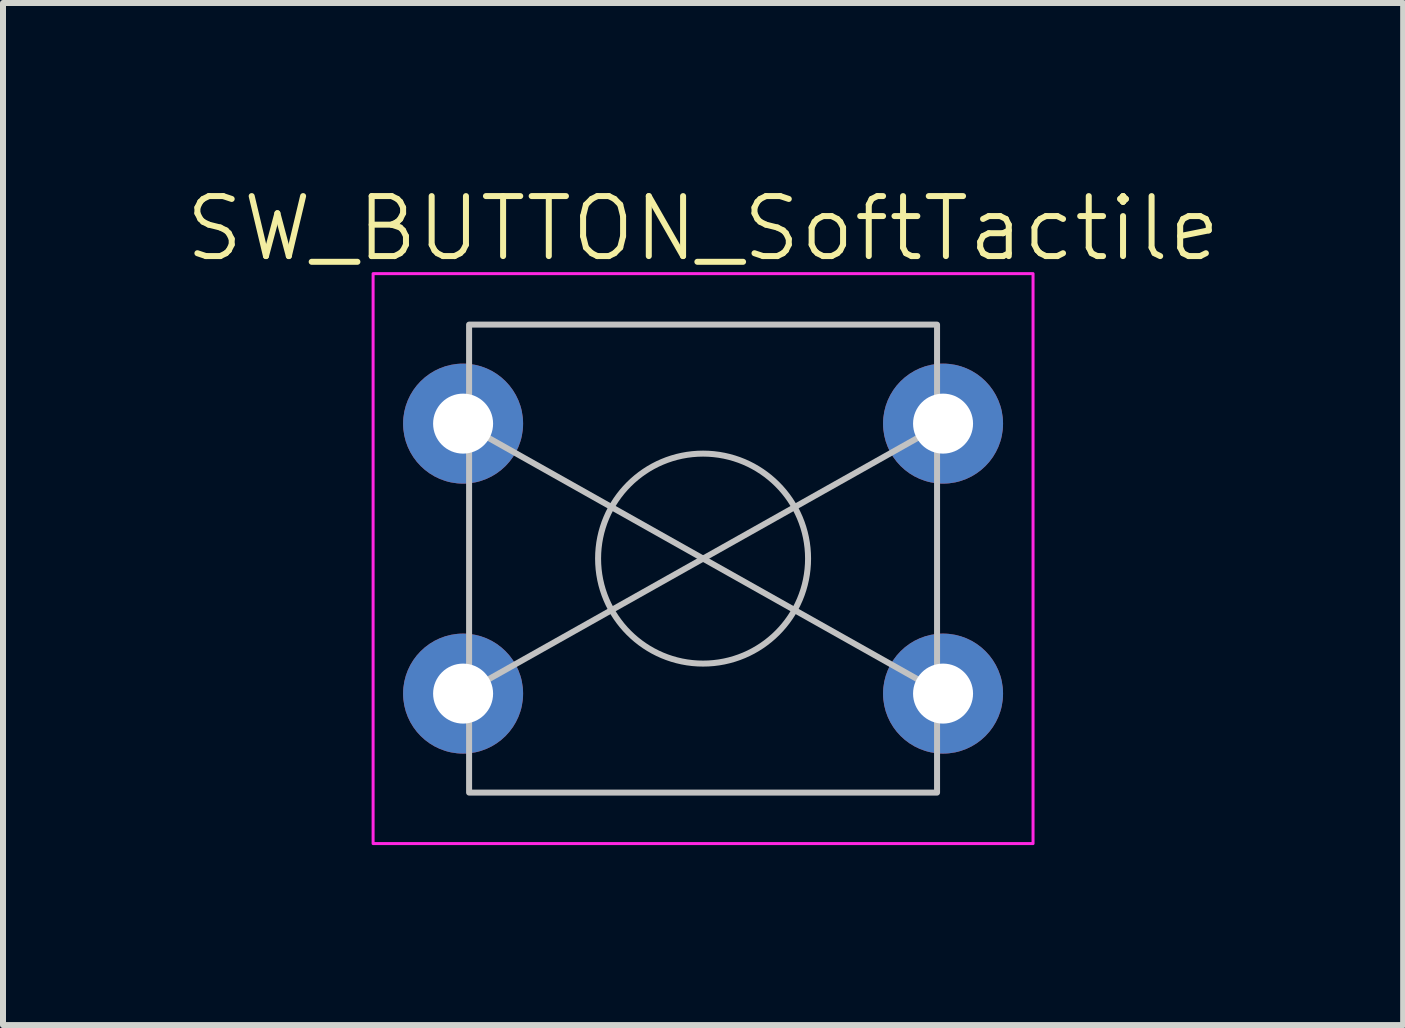
<source format=kicad_pcb>
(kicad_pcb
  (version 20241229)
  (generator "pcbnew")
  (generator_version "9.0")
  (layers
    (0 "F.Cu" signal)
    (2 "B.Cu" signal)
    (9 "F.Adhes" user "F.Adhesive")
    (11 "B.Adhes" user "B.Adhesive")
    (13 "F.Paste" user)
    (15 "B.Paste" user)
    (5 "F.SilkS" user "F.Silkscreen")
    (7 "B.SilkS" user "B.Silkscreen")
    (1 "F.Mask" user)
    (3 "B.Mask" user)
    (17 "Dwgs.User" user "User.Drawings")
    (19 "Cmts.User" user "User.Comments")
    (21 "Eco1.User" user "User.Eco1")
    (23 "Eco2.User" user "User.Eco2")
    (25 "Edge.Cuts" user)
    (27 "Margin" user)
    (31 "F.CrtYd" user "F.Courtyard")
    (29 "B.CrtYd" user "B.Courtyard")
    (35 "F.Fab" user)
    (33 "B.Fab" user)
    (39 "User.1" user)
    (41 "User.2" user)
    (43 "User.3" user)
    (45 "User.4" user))
  (footprint "SW_BUTTON_SoftTactile"
    (layer "F.Cu")
    (at 8.669 6.261)
    (property "Reference" "SW_BUTTON_SoftTactile" (at 0 -5.5 0) (unlocked yes) (layer "F.SilkS") (effects (font (size 1 1) (thickness 0.1))))
    (attr through_hole)
    (fp_line (start -4 -2.25) (end 4 2.25) (stroke (width 0.1) (type default)) (layer "Dwgs.User"))
    (fp_line (start 4 -2.25) (end -4 2.25) (stroke (width 0.1) (type default)) (layer "Dwgs.User"))
    (fp_rect (start -3.9 -3.9) (end 3.9 3.9) (stroke (width 0.1) (type solid)) (fill no) (layer "Dwgs.User"))
    (fp_circle (center 0 0) (end 1.75 0) (stroke (width 0.1) (type solid)) (fill no) (layer "Dwgs.User"))
    (fp_rect (start -5.5 -4.75) (end 5.5 4.75) (stroke (width 0.05) (type default)) (fill no) (layer "F.CrtYd"))
    (pad "1" thru_hole circle (at -4 -2.25) (size 2 2) (drill 1) (layers "*.Cu" "*.Mask"))
    (pad "1" thru_hole circle (at 4 -2.25) (size 2 2) (drill 1) (layers "*.Cu" "*.Mask"))
    (pad "2" thru_hole circle (at -4 2.25) (size 2 2) (drill 1) (layers "*.Cu" "*.Mask"))
    (pad "2" thru_hole circle (at 4 2.25) (size 2 2) (drill 1) (layers "*.Cu" "*.Mask")))
  (gr_rect
    (start -3 -3)
    (end 20.338 14.036)
    (stroke (width 0.1) (type default))
    (fill no)
    (layer "Edge.Cuts")))
</source>
